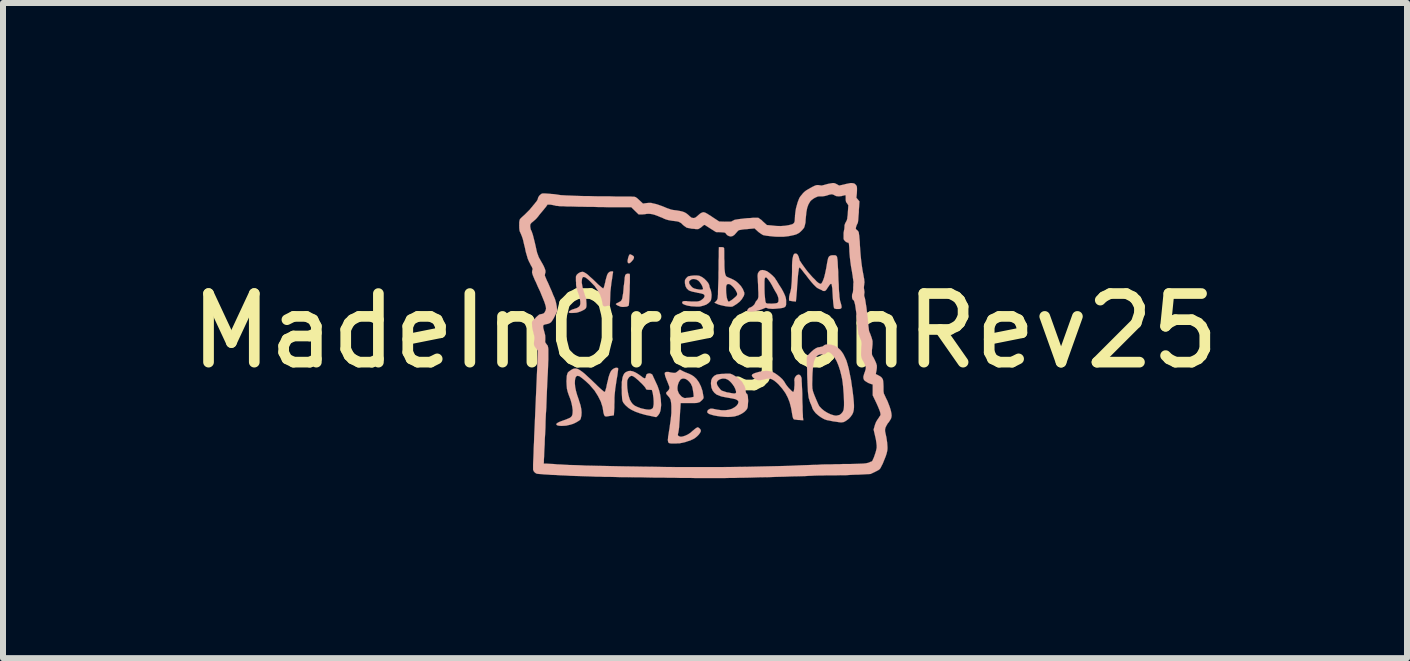
<source format=kicad_pcb>
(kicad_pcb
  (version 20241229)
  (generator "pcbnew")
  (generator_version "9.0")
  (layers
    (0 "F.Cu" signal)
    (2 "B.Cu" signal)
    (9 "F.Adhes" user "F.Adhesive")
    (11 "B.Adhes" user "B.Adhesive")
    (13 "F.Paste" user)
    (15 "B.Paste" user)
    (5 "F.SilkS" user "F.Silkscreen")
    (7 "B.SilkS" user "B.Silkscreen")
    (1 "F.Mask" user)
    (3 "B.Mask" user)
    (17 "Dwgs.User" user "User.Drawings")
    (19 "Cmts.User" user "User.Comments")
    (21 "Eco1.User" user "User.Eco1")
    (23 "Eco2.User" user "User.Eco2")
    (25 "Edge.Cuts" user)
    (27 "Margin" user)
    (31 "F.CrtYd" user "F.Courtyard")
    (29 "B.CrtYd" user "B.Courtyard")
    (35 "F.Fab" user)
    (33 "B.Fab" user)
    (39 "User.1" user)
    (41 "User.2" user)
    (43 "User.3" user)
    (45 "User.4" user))
  (footprint "MadeInOregonRev25"
    (layer "F.Cu")
    (at 8.698 2.465)
    (property "Reference" "MadeInOregonRev25" (at 0 0 0) (layer "F.SilkS") (effects (font (size 1.143 1.143) (thickness 0.178))))
    (attr through_hole)
    (fp_poly (pts (xy -1.29 -1.151) (xy -1.288 -1.143) (xy -1.278 -1.13) (xy -1.262 -1.128) (xy -1.242 -1.14) (xy -1.219 -1.163) (xy -1.194 -1.194) (xy -1.184 -1.219) (xy -1.186 -1.24) (xy -1.201 -1.255) (xy -1.224 -1.267) (xy -1.24 -1.275) (xy -1.25 -1.278) (xy -1.252 -1.278) (xy -1.26 -1.27) (xy -1.27 -1.252) (xy -1.278 -1.229) (xy -1.285 -1.201) (xy -1.29 -1.173) (xy -1.29 -1.151)) (stroke (width 0.003) (type solid)) (fill yes) (layer "B.SilkS"))
    (fp_poly (pts (xy -1.486 -0.447) (xy -1.476 -0.437) (xy -1.455 -0.424) (xy -1.43 -0.414) (xy -1.405 -0.404) (xy -1.382 -0.401) (xy -1.354 -0.401) (xy -1.321 -0.404) (xy -1.313 -0.404) (xy -1.29 -0.411) (xy -1.275 -0.422) (xy -1.27 -0.424) (xy -1.27 -0.434) (xy -1.267 -0.46) (xy -1.265 -0.493) (xy -1.262 -0.536) (xy -1.26 -0.584) (xy -1.257 -0.638) (xy -1.255 -0.693) (xy -1.255 -0.752) (xy -1.252 -0.805) (xy -1.252 -0.856) (xy -1.252 -0.881) (xy -1.252 -0.914) (xy -1.252 -0.935) (xy -1.255 -0.947) (xy -1.26 -0.953) (xy -1.267 -0.955) (xy -1.27 -0.955) (xy -1.298 -0.955) (xy -1.321 -0.942) (xy -1.331 -0.927) (xy -1.333 -0.914) (xy -1.339 -0.889) (xy -1.341 -0.853) (xy -1.346 -0.81) (xy -1.351 -0.765) (xy -1.354 -0.754) (xy -1.359 -0.688) (xy -1.364 -0.632) (xy -1.372 -0.589) (xy -1.377 -0.556) (xy -1.382 -0.533) (xy -1.392 -0.513) (xy -1.402 -0.5) (xy -1.415 -0.49) (xy -1.43 -0.483) (xy -1.448 -0.472) (xy -1.471 -0.462) (xy -1.483 -0.452) (xy -1.486 -0.447)) (stroke (width 0.003) (type solid)) (fill yes) (layer "B.SilkS"))
    (fp_poly (pts (xy 0.78 0.742) (xy 0.787 0.759) (xy 0.8 0.775) (xy 0.836 0.803) (xy 0.874 0.818) (xy 0.919 0.82) (xy 0.97 0.81) (xy 0.983 0.808) (xy 1.029 0.795) (xy 1.072 0.792) (xy 1.11 0.803) (xy 1.151 0.826) (xy 1.194 0.861) (xy 1.224 0.889) (xy 1.288 0.963) (xy 1.339 1.034) (xy 1.379 1.11) (xy 1.41 1.189) (xy 1.433 1.278) (xy 1.445 1.344) (xy 1.453 1.394) (xy 1.46 1.43) (xy 1.468 1.455) (xy 1.476 1.468) (xy 1.483 1.473) (xy 1.494 1.476) (xy 1.516 1.478) (xy 1.547 1.483) (xy 1.565 1.483) (xy 1.638 1.488) (xy 1.633 1.45) (xy 1.631 1.435) (xy 1.631 1.405) (xy 1.628 1.364) (xy 1.626 1.316) (xy 1.626 1.257) (xy 1.623 1.196) (xy 1.621 1.13) (xy 1.621 1.11) (xy 1.621 1.044) (xy 1.618 0.98) (xy 1.615 0.925) (xy 1.613 0.874) (xy 1.61 0.833) (xy 1.61 0.803) (xy 1.608 0.785) (xy 1.608 0.782) (xy 1.595 0.749) (xy 1.577 0.732) (xy 1.557 0.726) (xy 1.537 0.734) (xy 1.521 0.744) (xy 1.501 0.77) (xy 1.491 0.795) (xy 1.488 0.823) (xy 1.491 0.846) (xy 1.491 0.871) (xy 1.491 0.902) (xy 1.488 0.932) (xy 1.486 0.965) (xy 1.481 0.991) (xy 1.476 1.008) (xy 1.471 1.016) (xy 1.458 1.011) (xy 1.44 0.996) (xy 1.42 0.975) (xy 1.394 0.95) (xy 1.374 0.925) (xy 1.354 0.899) (xy 1.341 0.881) (xy 1.341 0.879) (xy 1.318 0.841) (xy 1.288 0.803) (xy 1.247 0.765) (xy 1.201 0.729) (xy 1.156 0.699) (xy 1.113 0.678) (xy 1.105 0.676) (xy 1.064 0.668) (xy 1.016 0.665) (xy 0.96 0.671) (xy 0.902 0.681) (xy 0.879 0.688) (xy 0.833 0.701) (xy 0.803 0.714) (xy 0.785 0.726) (xy 0.78 0.742)) (stroke (width 0.003) (type solid)) (fill yes) (layer "B.SilkS"))
    (fp_poly (pts (xy 0.157 -0.472) (xy 0.198 -0.452) (xy 0.229 -0.439) (xy 0.267 -0.429) (xy 0.31 -0.419) (xy 0.351 -0.411) (xy 0.351 -0.714) (xy 0.353 -0.744) (xy 0.353 -0.749) (xy 0.363 -0.772) (xy 0.378 -0.782) (xy 0.401 -0.782) (xy 0.424 -0.772) (xy 0.452 -0.749) (xy 0.48 -0.721) (xy 0.508 -0.683) (xy 0.518 -0.663) (xy 0.533 -0.635) (xy 0.536 -0.612) (xy 0.531 -0.594) (xy 0.521 -0.582) (xy 0.505 -0.566) (xy 0.485 -0.549) (xy 0.46 -0.528) (xy 0.437 -0.511) (xy 0.414 -0.498) (xy 0.399 -0.488) (xy 0.394 -0.488) (xy 0.386 -0.495) (xy 0.376 -0.513) (xy 0.371 -0.528) (xy 0.363 -0.554) (xy 0.358 -0.589) (xy 0.353 -0.632) (xy 0.351 -0.676) (xy 0.351 -0.714) (xy 0.351 -0.411) (xy 0.353 -0.411) (xy 0.394 -0.406) (xy 0.429 -0.404) (xy 0.455 -0.406) (xy 0.462 -0.409) (xy 0.475 -0.417) (xy 0.495 -0.429) (xy 0.521 -0.445) (xy 0.531 -0.452) (xy 0.577 -0.488) (xy 0.612 -0.528) (xy 0.64 -0.574) (xy 0.645 -0.582) (xy 0.653 -0.605) (xy 0.655 -0.622) (xy 0.653 -0.645) (xy 0.65 -0.65) (xy 0.63 -0.699) (xy 0.599 -0.747) (xy 0.559 -0.79) (xy 0.516 -0.828) (xy 0.475 -0.853) (xy 0.427 -0.876) (xy 0.414 -0.881) (xy 0.386 -0.892) (xy 0.363 -0.904) (xy 0.351 -0.914) (xy 0.343 -0.93) (xy 0.335 -0.953) (xy 0.33 -0.988) (xy 0.325 -1.034) (xy 0.323 -1.09) (xy 0.323 -1.161) (xy 0.32 -1.209) (xy 0.32 -1.257) (xy 0.32 -1.3) (xy 0.32 -1.336) (xy 0.318 -1.364) (xy 0.318 -1.379) (xy 0.312 -1.389) (xy 0.302 -1.394) (xy 0.284 -1.397) (xy 0.272 -1.397) (xy 0.249 -1.397) (xy 0.234 -1.397) (xy 0.231 -1.394) (xy 0.231 -1.387) (xy 0.231 -1.367) (xy 0.229 -1.333) (xy 0.229 -1.288) (xy 0.229 -1.234) (xy 0.226 -1.173) (xy 0.226 -1.105) (xy 0.226 -1.029) (xy 0.224 -0.978) (xy 0.224 -0.884) (xy 0.221 -0.798) (xy 0.218 -0.724) (xy 0.216 -0.66) (xy 0.216 -0.61) (xy 0.213 -0.572) (xy 0.211 -0.546) (xy 0.208 -0.536) (xy 0.198 -0.513) (xy 0.18 -0.493) (xy 0.178 -0.49) (xy 0.157 -0.472)) (stroke (width 0.003) (type solid)) (fill yes) (layer "B.SilkS"))
    (fp_poly (pts (xy -0.381 -0.47) (xy -0.373 -0.455) (xy -0.351 -0.442) (xy -0.315 -0.429) (xy -0.29 -0.422) (xy -0.259 -0.417) (xy -0.221 -0.411) (xy -0.178 -0.409) (xy -0.137 -0.406) (xy -0.102 -0.406) (xy -0.079 -0.409) (xy -0.028 -0.422) (xy 0.02 -0.439) (xy 0.058 -0.465) (xy 0.086 -0.493) (xy 0.094 -0.503) (xy 0.102 -0.528) (xy 0.107 -0.561) (xy 0.109 -0.602) (xy 0.104 -0.64) (xy 0.097 -0.676) (xy 0.091 -0.691) (xy 0.081 -0.714) (xy 0.076 -0.734) (xy 0.074 -0.737) (xy 0.069 -0.767) (xy 0.051 -0.803) (xy 0.023 -0.836) (xy -0.01 -0.869) (xy -0.048 -0.897) (xy -0.089 -0.917) (xy -0.094 -0.919) (xy -0.112 -0.922) (xy -0.142 -0.925) (xy -0.175 -0.925) (xy -0.213 -0.922) (xy -0.246 -0.917) (xy -0.272 -0.912) (xy -0.277 -0.912) (xy -0.295 -0.899) (xy -0.312 -0.881) (xy -0.318 -0.874) (xy -0.33 -0.856) (xy -0.335 -0.841) (xy -0.335 -0.82) (xy -0.335 -0.795) (xy -0.325 -0.747) (xy -0.305 -0.709) (xy -0.272 -0.678) (xy -0.267 -0.676) (xy -0.267 -0.818) (xy -0.262 -0.831) (xy -0.246 -0.846) (xy -0.218 -0.864) (xy -0.183 -0.866) (xy -0.147 -0.859) (xy -0.114 -0.841) (xy -0.091 -0.818) (xy -0.074 -0.795) (xy -0.056 -0.767) (xy -0.043 -0.739) (xy -0.036 -0.716) (xy -0.033 -0.701) (xy -0.033 -0.699) (xy -0.043 -0.691) (xy -0.069 -0.688) (xy -0.104 -0.691) (xy -0.145 -0.699) (xy -0.175 -0.706) (xy -0.196 -0.716) (xy -0.216 -0.729) (xy -0.229 -0.744) (xy -0.246 -0.765) (xy -0.262 -0.787) (xy -0.264 -0.8) (xy -0.267 -0.818) (xy -0.267 -0.676) (xy -0.262 -0.673) (xy -0.241 -0.665) (xy -0.211 -0.655) (xy -0.175 -0.648) (xy -0.135 -0.64) (xy -0.135 -0.638) (xy -0.097 -0.632) (xy -0.064 -0.625) (xy -0.038 -0.617) (xy -0.025 -0.612) (xy -0.023 -0.612) (xy -0.01 -0.597) (xy -0.008 -0.577) (xy -0.018 -0.554) (xy -0.041 -0.531) (xy -0.071 -0.508) (xy -0.079 -0.505) (xy -0.097 -0.498) (xy -0.117 -0.493) (xy -0.142 -0.49) (xy -0.178 -0.49) (xy -0.18 -0.49) (xy -0.218 -0.49) (xy -0.262 -0.493) (xy -0.297 -0.495) (xy -0.305 -0.498) (xy -0.34 -0.498) (xy -0.363 -0.495) (xy -0.376 -0.488) (xy -0.381 -0.472) (xy -0.381 -0.47)) (stroke (width 0.003) (type solid)) (fill yes) (layer "B.SilkS"))
    (fp_poly (pts (xy -2.271 -0.315) (xy -2.266 -0.307) (xy -2.261 -0.302) (xy -2.24 -0.3) (xy -2.212 -0.3) (xy -2.177 -0.302) (xy -2.141 -0.305) (xy -2.121 -0.31) (xy -2.08 -0.323) (xy -2.042 -0.34) (xy -2.009 -0.358) (xy -1.991 -0.373) (xy -1.984 -0.384) (xy -1.979 -0.396) (xy -1.976 -0.417) (xy -1.976 -0.447) (xy -1.976 -0.457) (xy -1.979 -0.498) (xy -1.981 -0.528) (xy -1.989 -0.559) (xy -1.999 -0.582) (xy -2.019 -0.648) (xy -2.037 -0.709) (xy -2.047 -0.762) (xy -2.055 -0.81) (xy -2.052 -0.851) (xy -2.047 -0.879) (xy -2.035 -0.897) (xy -2.029 -0.899) (xy -2.014 -0.899) (xy -1.994 -0.892) (xy -1.968 -0.874) (xy -1.935 -0.846) (xy -1.908 -0.82) (xy -1.839 -0.749) (xy -1.788 -0.676) (xy -1.748 -0.605) (xy -1.722 -0.528) (xy -1.714 -0.488) (xy -1.707 -0.452) (xy -1.702 -0.429) (xy -1.692 -0.417) (xy -1.676 -0.411) (xy -1.651 -0.414) (xy -1.626 -0.419) (xy -1.585 -0.427) (xy -1.582 -0.508) (xy -1.577 -0.65) (xy -1.56 -0.803) (xy -1.549 -0.869) (xy -1.544 -0.907) (xy -1.539 -0.942) (xy -1.534 -0.968) (xy -1.532 -0.983) (xy -1.532 -0.986) (xy -1.537 -0.993) (xy -1.552 -0.993) (xy -1.575 -0.991) (xy -1.593 -0.983) (xy -1.605 -0.973) (xy -1.615 -0.963) (xy -1.626 -0.945) (xy -1.636 -0.919) (xy -1.646 -0.884) (xy -1.659 -0.836) (xy -1.661 -0.82) (xy -1.671 -0.782) (xy -1.679 -0.749) (xy -1.687 -0.724) (xy -1.694 -0.711) (xy -1.694 -0.709) (xy -1.702 -0.711) (xy -1.72 -0.724) (xy -1.75 -0.749) (xy -1.788 -0.782) (xy -1.816 -0.81) (xy -1.872 -0.864) (xy -1.918 -0.904) (xy -1.953 -0.937) (xy -1.984 -0.96) (xy -2.009 -0.975) (xy -2.027 -0.983) (xy -2.042 -0.986) (xy -2.075 -0.98) (xy -2.108 -0.963) (xy -2.134 -0.94) (xy -2.141 -0.93) (xy -2.146 -0.919) (xy -2.151 -0.907) (xy -2.151 -0.889) (xy -2.151 -0.864) (xy -2.151 -0.826) (xy -2.149 -0.818) (xy -2.149 -0.777) (xy -2.146 -0.747) (xy -2.141 -0.721) (xy -2.136 -0.699) (xy -2.126 -0.673) (xy -2.121 -0.653) (xy -2.098 -0.594) (xy -2.085 -0.538) (xy -2.078 -0.49) (xy -2.078 -0.45) (xy -2.085 -0.424) (xy -2.101 -0.404) (xy -2.131 -0.384) (xy -2.177 -0.368) (xy -2.215 -0.356) (xy -2.245 -0.34) (xy -2.263 -0.328) (xy -2.271 -0.315)) (stroke (width 0.003) (type solid)) (fill yes) (layer "B.SilkS"))
    (fp_poly (pts (xy -1.389 0.94) (xy -1.387 0.991) (xy -1.387 1.039) (xy -1.384 1.085) (xy -1.382 1.125) (xy -1.377 1.156) (xy -1.374 1.168) (xy -1.361 1.196) (xy -1.331 1.232) (xy -1.318 1.245) (xy -1.298 1.262) (xy -1.298 0.902) (xy -1.298 0.856) (xy -1.295 0.82) (xy -1.293 0.818) (xy -1.28 0.79) (xy -1.262 0.767) (xy -1.24 0.752) (xy -1.222 0.747) (xy -1.206 0.752) (xy -1.186 0.762) (xy -1.161 0.78) (xy -1.138 0.8) (xy -1.11 0.823) (xy -1.082 0.851) (xy -1.052 0.879) (xy -1.026 0.907) (xy -1.006 0.93) (xy -0.991 0.95) (xy -0.986 0.96) (xy -0.983 0.97) (xy -0.968 0.978) (xy -0.942 0.98) (xy -0.925 0.98) (xy -0.886 0.983) (xy -0.876 1.016) (xy -0.871 1.036) (xy -0.866 1.069) (xy -0.861 1.105) (xy -0.859 1.123) (xy -0.856 1.173) (xy -0.856 1.219) (xy -0.861 1.255) (xy -0.869 1.283) (xy -0.879 1.293) (xy -0.902 1.306) (xy -0.932 1.311) (xy -0.975 1.308) (xy -1.026 1.298) (xy -1.069 1.288) (xy -1.125 1.267) (xy -1.168 1.247) (xy -1.204 1.219) (xy -1.229 1.186) (xy -1.252 1.146) (xy -1.265 1.107) (xy -1.278 1.059) (xy -1.288 1.006) (xy -1.295 0.953) (xy -1.298 0.902) (xy -1.298 1.262) (xy -1.275 1.283) (xy -1.222 1.316) (xy -1.158 1.346) (xy -1.085 1.372) (xy -0.998 1.397) (xy -0.927 1.412) (xy -0.889 1.42) (xy -0.856 1.427) (xy -0.831 1.433) (xy -0.815 1.435) (xy -0.813 1.435) (xy -0.803 1.427) (xy -0.79 1.415) (xy -0.777 1.4) (xy -0.757 1.369) (xy -0.744 1.333) (xy -0.737 1.293) (xy -0.732 1.242) (xy -0.732 1.222) (xy -0.737 1.14) (xy -0.747 1.064) (xy -0.765 0.991) (xy -0.792 0.914) (xy -0.826 0.841) (xy -0.841 0.808) (xy -0.856 0.777) (xy -0.866 0.754) (xy -0.871 0.742) (xy -0.881 0.724) (xy -0.904 0.711) (xy -0.93 0.706) (xy -0.953 0.711) (xy -0.973 0.721) (xy -0.98 0.737) (xy -0.986 0.757) (xy -0.986 0.759) (xy -0.991 0.78) (xy -1.003 0.79) (xy -1.019 0.785) (xy -1.044 0.77) (xy -1.046 0.767) (xy -1.105 0.724) (xy -1.156 0.693) (xy -1.201 0.673) (xy -1.242 0.665) (xy -1.278 0.668) (xy -1.313 0.683) (xy -1.323 0.688) (xy -1.346 0.709) (xy -1.361 0.737) (xy -1.374 0.772) (xy -1.382 0.82) (xy -1.387 0.853) (xy -1.387 0.894) (xy -1.389 0.94)) (stroke (width 0.003) (type solid)) (fill yes) (layer "B.SilkS"))
    (fp_poly (pts (xy 0.699 -0.335) (xy 0.699 -0.328) (xy 0.709 -0.323) (xy 0.732 -0.323) (xy 0.762 -0.323) (xy 0.8 -0.325) (xy 0.841 -0.333) (xy 0.851 -0.333) (xy 0.894 -0.343) (xy 0.937 -0.358) (xy 0.963 -0.368) (xy 0.988 -0.378) (xy 0.991 -0.381) (xy 0.991 -0.777) (xy 0.991 -0.815) (xy 0.991 -0.843) (xy 0.993 -0.861) (xy 0.996 -0.874) (xy 0.998 -0.881) (xy 1.003 -0.886) (xy 1.011 -0.894) (xy 1.019 -0.894) (xy 1.029 -0.884) (xy 1.044 -0.869) (xy 1.064 -0.843) (xy 1.085 -0.813) (xy 1.102 -0.785) (xy 1.118 -0.757) (xy 1.138 -0.719) (xy 1.158 -0.683) (xy 1.168 -0.665) (xy 1.194 -0.622) (xy 1.209 -0.589) (xy 1.219 -0.561) (xy 1.224 -0.536) (xy 1.224 -0.511) (xy 1.224 -0.508) (xy 1.222 -0.488) (xy 1.214 -0.475) (xy 1.199 -0.465) (xy 1.176 -0.46) (xy 1.143 -0.457) (xy 1.105 -0.455) (xy 1.067 -0.457) (xy 1.039 -0.457) (xy 1.024 -0.462) (xy 1.016 -0.467) (xy 1.008 -0.485) (xy 1.003 -0.516) (xy 0.998 -0.564) (xy 0.993 -0.625) (xy 0.991 -0.701) (xy 0.991 -0.726) (xy 0.991 -0.777) (xy 0.991 -0.381) (xy 1.006 -0.386) (xy 1.019 -0.386) (xy 1.029 -0.384) (xy 1.057 -0.373) (xy 1.087 -0.371) (xy 1.128 -0.368) (xy 1.176 -0.371) (xy 1.199 -0.373) (xy 1.252 -0.378) (xy 1.29 -0.384) (xy 1.316 -0.391) (xy 1.336 -0.404) (xy 1.346 -0.419) (xy 1.351 -0.439) (xy 1.351 -0.47) (xy 1.351 -0.48) (xy 1.351 -0.516) (xy 1.346 -0.549) (xy 1.336 -0.582) (xy 1.321 -0.617) (xy 1.3 -0.66) (xy 1.273 -0.709) (xy 1.25 -0.744) (xy 1.229 -0.777) (xy 1.209 -0.81) (xy 1.191 -0.841) (xy 1.186 -0.846) (xy 1.161 -0.886) (xy 1.123 -0.925) (xy 1.082 -0.96) (xy 1.044 -0.988) (xy 1.031 -0.996) (xy 0.988 -1.011) (xy 0.953 -1.016) (xy 0.919 -1.008) (xy 0.897 -0.988) (xy 0.881 -0.96) (xy 0.879 -0.947) (xy 0.876 -0.93) (xy 0.876 -0.902) (xy 0.879 -0.864) (xy 0.881 -0.818) (xy 0.884 -0.767) (xy 0.884 -0.752) (xy 0.886 -0.688) (xy 0.889 -0.638) (xy 0.889 -0.599) (xy 0.889 -0.569) (xy 0.884 -0.546) (xy 0.879 -0.531) (xy 0.871 -0.521) (xy 0.864 -0.511) (xy 0.848 -0.493) (xy 0.836 -0.47) (xy 0.826 -0.447) (xy 0.805 -0.424) (xy 0.78 -0.404) (xy 0.754 -0.391) (xy 0.744 -0.389) (xy 0.732 -0.381) (xy 0.716 -0.366) (xy 0.706 -0.348) (xy 0.699 -0.335)) (stroke (width 0.003) (type solid)) (fill yes) (layer "B.SilkS"))
    (fp_poly (pts (xy 0.038 1.341) (xy 0.038 1.356) (xy 0.046 1.367) (xy 0.064 1.379) (xy 0.066 1.382) (xy 0.102 1.394) (xy 0.147 1.407) (xy 0.201 1.417) (xy 0.259 1.425) (xy 0.32 1.43) (xy 0.381 1.433) (xy 0.437 1.43) (xy 0.483 1.425) (xy 0.498 1.422) (xy 0.556 1.405) (xy 0.61 1.379) (xy 0.655 1.349) (xy 0.688 1.316) (xy 0.704 1.29) (xy 0.711 1.267) (xy 0.714 1.234) (xy 0.716 1.201) (xy 0.719 1.163) (xy 0.716 1.125) (xy 0.714 1.092) (xy 0.709 1.067) (xy 0.701 1.049) (xy 0.693 1.046) (xy 0.688 1.039) (xy 0.681 1.024) (xy 0.676 1.001) (xy 0.673 0.98) (xy 0.673 0.97) (xy 0.668 0.95) (xy 0.658 0.919) (xy 0.64 0.889) (xy 0.622 0.856) (xy 0.602 0.831) (xy 0.599 0.831) (xy 0.577 0.808) (xy 0.546 0.782) (xy 0.508 0.757) (xy 0.472 0.734) (xy 0.439 0.719) (xy 0.427 0.714) (xy 0.406 0.711) (xy 0.378 0.711) (xy 0.343 0.711) (xy 0.32 0.714) (xy 0.267 0.716) (xy 0.226 0.721) (xy 0.196 0.726) (xy 0.173 0.737) (xy 0.155 0.747) (xy 0.147 0.754) (xy 0.119 0.785) (xy 0.104 0.82) (xy 0.099 0.864) (xy 0.099 0.884) (xy 0.107 0.945) (xy 0.127 0.993) (xy 0.157 1.031) (xy 0.196 1.062) (xy 0.196 0.856) (xy 0.208 0.833) (xy 0.231 0.813) (xy 0.262 0.8) (xy 0.297 0.792) (xy 0.338 0.795) (xy 0.353 0.8) (xy 0.386 0.815) (xy 0.419 0.843) (xy 0.452 0.879) (xy 0.483 0.922) (xy 0.505 0.968) (xy 0.508 0.978) (xy 0.516 1.003) (xy 0.518 1.021) (xy 0.513 1.034) (xy 0.5 1.041) (xy 0.475 1.041) (xy 0.439 1.036) (xy 0.391 1.026) (xy 0.368 1.024) (xy 0.335 1.013) (xy 0.305 1.003) (xy 0.282 0.996) (xy 0.274 0.991) (xy 0.254 0.973) (xy 0.234 0.947) (xy 0.213 0.919) (xy 0.201 0.894) (xy 0.198 0.884) (xy 0.196 0.856) (xy 0.196 1.062) (xy 0.198 1.062) (xy 0.229 1.074) (xy 0.249 1.082) (xy 0.269 1.09) (xy 0.29 1.095) (xy 0.318 1.1) (xy 0.353 1.107) (xy 0.399 1.115) (xy 0.417 1.118) (xy 0.47 1.128) (xy 0.511 1.138) (xy 0.538 1.153) (xy 0.554 1.168) (xy 0.556 1.189) (xy 0.549 1.212) (xy 0.549 1.214) (xy 0.526 1.245) (xy 0.49 1.273) (xy 0.445 1.298) (xy 0.396 1.313) (xy 0.34 1.321) (xy 0.277 1.321) (xy 0.203 1.311) (xy 0.188 1.308) (xy 0.15 1.3) (xy 0.124 1.295) (xy 0.107 1.295) (xy 0.094 1.295) (xy 0.081 1.298) (xy 0.069 1.306) (xy 0.051 1.316) (xy 0.041 1.331) (xy 0.038 1.341)) (stroke (width 0.003) (type solid)) (fill yes) (layer "B.SilkS"))
    (fp_poly (pts (xy -2.479 1.554) (xy -2.471 1.565) (xy -2.471 1.567) (xy -2.454 1.575) (xy -2.426 1.58) (xy -2.39 1.582) (xy -2.349 1.58) (xy -2.309 1.577) (xy -2.291 1.572) (xy -2.245 1.562) (xy -2.197 1.547) (xy -2.154 1.527) (xy -2.118 1.506) (xy -2.095 1.491) (xy -2.08 1.478) (xy -2.073 1.466) (xy -2.068 1.445) (xy -2.062 1.42) (xy -2.06 1.412) (xy -2.057 1.356) (xy -2.062 1.3) (xy -2.075 1.237) (xy -2.098 1.166) (xy -2.103 1.148) (xy -2.131 1.067) (xy -2.151 0.996) (xy -2.164 0.932) (xy -2.169 0.874) (xy -2.169 0.866) (xy -2.167 0.818) (xy -2.159 0.78) (xy -2.146 0.757) (xy -2.126 0.747) (xy -2.101 0.752) (xy -2.095 0.752) (xy -2.078 0.765) (xy -2.05 0.785) (xy -2.019 0.81) (xy -1.986 0.838) (xy -1.953 0.869) (xy -1.923 0.897) (xy -1.915 0.907) (xy -1.841 0.993) (xy -1.783 1.085) (xy -1.737 1.176) (xy -1.707 1.27) (xy -1.697 1.333) (xy -1.692 1.364) (xy -1.684 1.392) (xy -1.676 1.41) (xy -1.669 1.42) (xy -1.661 1.422) (xy -1.646 1.425) (xy -1.623 1.422) (xy -1.593 1.417) (xy -1.557 1.412) (xy -1.519 1.405) (xy -1.514 1.323) (xy -1.511 1.28) (xy -1.511 1.229) (xy -1.509 1.181) (xy -1.509 1.161) (xy -1.509 1.113) (xy -1.506 1.064) (xy -1.501 1.016) (xy -1.496 0.963) (xy -1.486 0.899) (xy -1.476 0.828) (xy -1.468 0.782) (xy -1.46 0.737) (xy -1.455 0.696) (xy -1.45 0.66) (xy -1.448 0.638) (xy -1.448 0.625) (xy -1.448 0.622) (xy -1.458 0.615) (xy -1.476 0.612) (xy -1.501 0.617) (xy -1.527 0.63) (xy -1.547 0.645) (xy -1.565 0.665) (xy -1.58 0.693) (xy -1.595 0.732) (xy -1.61 0.78) (xy -1.623 0.843) (xy -1.626 0.848) (xy -1.638 0.902) (xy -1.646 0.945) (xy -1.656 0.975) (xy -1.661 0.996) (xy -1.666 1.008) (xy -1.671 1.013) (xy -1.676 1.016) (xy -1.684 1.011) (xy -1.702 0.996) (xy -1.727 0.975) (xy -1.758 0.947) (xy -1.793 0.914) (xy -1.831 0.876) (xy -1.834 0.874) (xy -1.9 0.81) (xy -1.956 0.759) (xy -2.002 0.716) (xy -2.042 0.683) (xy -2.078 0.658) (xy -2.106 0.64) (xy -2.131 0.63) (xy -2.154 0.625) (xy -2.177 0.627) (xy -2.2 0.632) (xy -2.223 0.645) (xy -2.243 0.658) (xy -2.268 0.676) (xy -2.286 0.693) (xy -2.296 0.719) (xy -2.304 0.749) (xy -2.306 0.79) (xy -2.309 0.836) (xy -2.306 0.904) (xy -2.301 0.963) (xy -2.289 1.013) (xy -2.271 1.067) (xy -2.263 1.087) (xy -2.24 1.148) (xy -2.223 1.209) (xy -2.212 1.267) (xy -2.205 1.321) (xy -2.207 1.369) (xy -2.212 1.4) (xy -2.22 1.417) (xy -2.233 1.433) (xy -2.253 1.448) (xy -2.281 1.46) (xy -2.319 1.476) (xy -2.362 1.491) (xy -2.398 1.504) (xy -2.428 1.516) (xy -2.454 1.529) (xy -2.464 1.537) (xy -2.477 1.547) (xy -2.479 1.554)) (stroke (width 0.003) (type solid)) (fill yes) (layer "B.SilkS"))
    (fp_poly (pts (xy 1.4 -0.521) (xy 1.402 -0.508) (xy 1.402 -0.505) (xy 1.412 -0.503) (xy 1.435 -0.5) (xy 1.46 -0.495) (xy 1.463 -0.495) (xy 1.514 -0.49) (xy 1.519 -0.538) (xy 1.521 -0.559) (xy 1.524 -0.592) (xy 1.527 -0.635) (xy 1.532 -0.683) (xy 1.534 -0.739) (xy 1.539 -0.795) (xy 1.544 -0.866) (xy 1.549 -0.925) (xy 1.554 -0.97) (xy 1.56 -1.006) (xy 1.562 -1.031) (xy 1.567 -1.046) (xy 1.572 -1.054) (xy 1.577 -1.057) (xy 1.58 -1.057) (xy 1.587 -1.049) (xy 1.6 -1.034) (xy 1.621 -1.008) (xy 1.646 -0.975) (xy 1.674 -0.94) (xy 1.679 -0.935) (xy 1.727 -0.871) (xy 1.77 -0.818) (xy 1.806 -0.777) (xy 1.839 -0.744) (xy 1.864 -0.721) (xy 1.89 -0.706) (xy 1.905 -0.699) (xy 1.928 -0.688) (xy 1.946 -0.681) (xy 1.951 -0.676) (xy 1.966 -0.668) (xy 1.986 -0.665) (xy 2.007 -0.673) (xy 2.014 -0.678) (xy 2.024 -0.691) (xy 2.037 -0.711) (xy 2.055 -0.737) (xy 2.075 -0.767) (xy 2.09 -0.782) (xy 2.098 -0.785) (xy 2.103 -0.785) (xy 2.108 -0.78) (xy 2.111 -0.772) (xy 2.113 -0.759) (xy 2.116 -0.739) (xy 2.121 -0.709) (xy 2.123 -0.668) (xy 2.126 -0.617) (xy 2.129 -0.564) (xy 2.134 -0.498) (xy 2.139 -0.447) (xy 2.144 -0.409) (xy 2.149 -0.386) (xy 2.154 -0.376) (xy 2.167 -0.371) (xy 2.189 -0.366) (xy 2.215 -0.366) (xy 2.238 -0.366) (xy 2.258 -0.371) (xy 2.271 -0.381) (xy 2.276 -0.396) (xy 2.273 -0.422) (xy 2.266 -0.45) (xy 2.258 -0.478) (xy 2.25 -0.505) (xy 2.245 -0.536) (xy 2.24 -0.569) (xy 2.238 -0.61) (xy 2.233 -0.655) (xy 2.23 -0.709) (xy 2.228 -0.775) (xy 2.223 -0.851) (xy 2.22 -0.94) (xy 2.22 -0.983) (xy 2.215 -1.054) (xy 2.212 -1.11) (xy 2.21 -1.156) (xy 2.207 -1.189) (xy 2.202 -1.217) (xy 2.2 -1.234) (xy 2.192 -1.247) (xy 2.184 -1.255) (xy 2.169 -1.262) (xy 2.144 -1.262) (xy 2.118 -1.262) (xy 2.093 -1.257) (xy 2.09 -1.255) (xy 2.073 -1.247) (xy 2.06 -1.232) (xy 2.05 -1.209) (xy 2.042 -1.173) (xy 2.035 -1.138) (xy 2.019 -1.044) (xy 2.002 -0.963) (xy 1.986 -0.897) (xy 1.968 -0.846) (xy 1.951 -0.81) (xy 1.943 -0.798) (xy 1.933 -0.787) (xy 1.92 -0.787) (xy 1.905 -0.792) (xy 1.887 -0.803) (xy 1.859 -0.826) (xy 1.829 -0.859) (xy 1.793 -0.894) (xy 1.755 -0.937) (xy 1.717 -0.98) (xy 1.681 -1.026) (xy 1.648 -1.072) (xy 1.618 -1.113) (xy 1.595 -1.148) (xy 1.577 -1.176) (xy 1.572 -1.194) (xy 1.56 -1.237) (xy 1.544 -1.27) (xy 1.524 -1.288) (xy 1.504 -1.29) (xy 1.496 -1.29) (xy 1.483 -1.28) (xy 1.473 -1.265) (xy 1.466 -1.24) (xy 1.458 -1.204) (xy 1.453 -1.158) (xy 1.45 -1.1) (xy 1.45 -1.029) (xy 1.45 -0.986) (xy 1.448 -0.899) (xy 1.445 -0.828) (xy 1.44 -0.767) (xy 1.435 -0.714) (xy 1.427 -0.671) (xy 1.42 -0.643) (xy 1.41 -0.61) (xy 1.402 -0.574) (xy 1.4 -0.544) (xy 1.4 -0.521)) (stroke (width 0.003) (type solid)) (fill yes) (layer "B.SilkS"))
    (fp_poly (pts (xy 1.697 0.46) (xy 1.697 0.498) (xy 1.697 0.544) (xy 1.699 0.599) (xy 1.702 0.658) (xy 1.702 0.721) (xy 1.704 0.785) (xy 1.707 0.848) (xy 1.709 0.907) (xy 1.712 0.96) (xy 1.714 1.003) (xy 1.717 1.039) (xy 1.72 1.057) (xy 1.727 1.113) (xy 1.742 1.163) (xy 1.753 1.196) (xy 1.768 1.229) (xy 1.781 1.262) (xy 1.786 1.278) (xy 1.786 0.904) (xy 1.786 0.866) (xy 1.788 0.818) (xy 1.788 0.78) (xy 1.791 0.704) (xy 1.796 0.638) (xy 1.801 0.584) (xy 1.808 0.541) (xy 1.816 0.503) (xy 1.829 0.472) (xy 1.836 0.457) (xy 1.857 0.424) (xy 1.88 0.404) (xy 1.913 0.391) (xy 1.953 0.389) (xy 1.981 0.389) (xy 1.999 0.384) (xy 2.012 0.376) (xy 2.017 0.371) (xy 2.037 0.353) (xy 2.06 0.351) (xy 2.083 0.361) (xy 2.111 0.384) (xy 2.118 0.391) (xy 2.156 0.439) (xy 2.192 0.5) (xy 2.223 0.574) (xy 2.25 0.655) (xy 2.273 0.747) (xy 2.286 0.808) (xy 2.294 0.866) (xy 2.301 0.93) (xy 2.306 0.996) (xy 2.311 1.062) (xy 2.314 1.125) (xy 2.316 1.184) (xy 2.316 1.237) (xy 2.314 1.28) (xy 2.309 1.311) (xy 2.309 1.316) (xy 2.294 1.349) (xy 2.268 1.379) (xy 2.24 1.4) (xy 2.228 1.402) (xy 2.207 1.407) (xy 2.192 1.41) (xy 2.174 1.41) (xy 2.151 1.407) (xy 2.144 1.405) (xy 2.093 1.389) (xy 2.04 1.364) (xy 1.989 1.333) (xy 1.946 1.298) (xy 1.91 1.26) (xy 1.902 1.25) (xy 1.89 1.227) (xy 1.875 1.194) (xy 1.857 1.153) (xy 1.839 1.11) (xy 1.821 1.067) (xy 1.806 1.026) (xy 1.796 0.996) (xy 1.796 0.993) (xy 1.793 0.975) (xy 1.788 0.955) (xy 1.788 0.932) (xy 1.786 0.904) (xy 1.786 1.278) (xy 1.791 1.293) (xy 1.793 1.298) (xy 1.814 1.331) (xy 1.844 1.369) (xy 1.885 1.405) (xy 1.933 1.44) (xy 1.948 1.448) (xy 1.968 1.46) (xy 1.989 1.471) (xy 2.009 1.478) (xy 2.032 1.486) (xy 2.062 1.491) (xy 2.101 1.499) (xy 2.151 1.509) (xy 2.159 1.509) (xy 2.207 1.516) (xy 2.24 1.521) (xy 2.268 1.524) (xy 2.289 1.521) (xy 2.306 1.519) (xy 2.324 1.511) (xy 2.329 1.509) (xy 2.362 1.488) (xy 2.398 1.46) (xy 2.428 1.427) (xy 2.451 1.394) (xy 2.454 1.389) (xy 2.466 1.364) (xy 2.474 1.336) (xy 2.479 1.308) (xy 2.482 1.273) (xy 2.482 1.232) (xy 2.479 1.184) (xy 2.474 1.125) (xy 2.466 1.057) (xy 2.456 0.975) (xy 2.449 0.93) (xy 2.433 0.818) (xy 2.413 0.719) (xy 2.395 0.63) (xy 2.375 0.556) (xy 2.355 0.49) (xy 2.329 0.434) (xy 2.304 0.384) (xy 2.276 0.343) (xy 2.25 0.312) (xy 2.205 0.272) (xy 2.154 0.244) (xy 2.098 0.229) (xy 2.045 0.224) (xy 2.017 0.226) (xy 1.999 0.231) (xy 1.981 0.241) (xy 1.981 0.244) (xy 1.956 0.259) (xy 1.92 0.267) (xy 1.913 0.269) (xy 1.877 0.274) (xy 1.844 0.29) (xy 1.811 0.312) (xy 1.773 0.345) (xy 1.75 0.368) (xy 1.725 0.394) (xy 1.709 0.411) (xy 1.702 0.427) (xy 1.697 0.439) (xy 1.697 0.455) (xy 1.697 0.46)) (stroke (width 0.003) (type solid)) (fill yes) (layer "B.SilkS"))
    (fp_poly (pts (xy -0.671 0.704) (xy -0.671 0.721) (xy -0.668 0.726) (xy -0.665 0.747) (xy -0.655 0.775) (xy -0.643 0.808) (xy -0.632 0.833) (xy -0.615 0.876) (xy -0.602 0.909) (xy -0.594 0.932) (xy -0.592 0.95) (xy -0.597 0.965) (xy -0.602 0.978) (xy -0.617 0.996) (xy -0.632 1.011) (xy -0.645 1.024) (xy -0.648 1.036) (xy -0.643 1.052) (xy -0.625 1.072) (xy -0.622 1.077) (xy -0.599 1.102) (xy -0.584 1.125) (xy -0.574 1.146) (xy -0.569 1.173) (xy -0.564 1.206) (xy -0.561 1.25) (xy -0.561 1.262) (xy -0.561 1.316) (xy -0.561 1.367) (xy -0.566 1.42) (xy -0.572 1.478) (xy -0.582 1.547) (xy -0.592 1.623) (xy -0.599 1.661) (xy -0.607 1.717) (xy -0.615 1.76) (xy -0.617 1.793) (xy -0.62 1.816) (xy -0.617 1.834) (xy -0.615 1.847) (xy -0.61 1.857) (xy -0.61 1.859) (xy -0.602 1.867) (xy -0.594 1.869) (xy -0.582 1.872) (xy -0.561 1.875) (xy -0.531 1.875) (xy -0.513 1.875) (xy -0.478 1.875) (xy -0.46 1.872) (xy -0.46 0.942) (xy -0.452 0.897) (xy -0.437 0.853) (xy -0.414 0.818) (xy -0.409 0.81) (xy -0.384 0.795) (xy -0.353 0.792) (xy -0.323 0.8) (xy -0.292 0.818) (xy -0.262 0.846) (xy -0.236 0.879) (xy -0.218 0.919) (xy -0.213 0.93) (xy -0.208 0.953) (xy -0.203 0.98) (xy -0.198 1.011) (xy -0.193 1.041) (xy -0.191 1.069) (xy -0.188 1.087) (xy -0.191 1.097) (xy -0.201 1.1) (xy -0.221 1.105) (xy -0.249 1.11) (xy -0.279 1.113) (xy -0.307 1.115) (xy -0.33 1.118) (xy -0.34 1.118) (xy -0.363 1.11) (xy -0.389 1.095) (xy -0.399 1.085) (xy -0.419 1.062) (xy -0.437 1.039) (xy -0.442 1.026) (xy -0.457 0.988) (xy -0.46 0.942) (xy -0.46 1.872) (xy -0.445 1.872) (xy -0.422 1.872) (xy -0.411 1.869) (xy -0.373 1.862) (xy -0.33 1.852) (xy -0.284 1.836) (xy -0.244 1.824) (xy -0.213 1.808) (xy -0.208 1.808) (xy -0.17 1.786) (xy -0.135 1.758) (xy -0.104 1.727) (xy -0.084 1.699) (xy -0.071 1.674) (xy -0.071 1.651) (xy -0.084 1.631) (xy -0.104 1.613) (xy -0.124 1.605) (xy -0.14 1.613) (xy -0.163 1.628) (xy -0.196 1.656) (xy -0.201 1.659) (xy -0.244 1.697) (xy -0.287 1.725) (xy -0.33 1.745) (xy -0.371 1.758) (xy -0.404 1.763) (xy -0.432 1.755) (xy -0.439 1.75) (xy -0.45 1.742) (xy -0.452 1.735) (xy -0.452 1.72) (xy -0.447 1.697) (xy -0.445 1.694) (xy -0.442 1.674) (xy -0.437 1.643) (xy -0.432 1.603) (xy -0.429 1.552) (xy -0.424 1.486) (xy -0.419 1.41) (xy -0.414 1.318) (xy -0.411 1.293) (xy -0.406 1.201) (xy -0.272 1.201) (xy -0.213 1.201) (xy -0.17 1.201) (xy -0.135 1.199) (xy -0.107 1.191) (xy -0.086 1.184) (xy -0.069 1.168) (xy -0.051 1.153) (xy -0.046 1.148) (xy -0.03 1.128) (xy -0.025 1.115) (xy -0.025 1.095) (xy -0.028 1.085) (xy -0.043 0.998) (xy -0.069 0.922) (xy -0.102 0.856) (xy -0.142 0.8) (xy -0.152 0.79) (xy -0.188 0.757) (xy -0.224 0.734) (xy -0.264 0.714) (xy -0.297 0.701) (xy -0.33 0.688) (xy -0.363 0.673) (xy -0.378 0.665) (xy -0.419 0.643) (xy -0.447 0.665) (xy -0.47 0.683) (xy -0.49 0.696) (xy -0.513 0.699) (xy -0.541 0.696) (xy -0.574 0.691) (xy -0.607 0.683) (xy -0.63 0.683) (xy -0.645 0.683) (xy -0.655 0.686) (xy -0.668 0.693) (xy -0.671 0.704)) (stroke (width 0.003) (type solid)) (fill yes) (layer "B.SilkS"))
    (fp_poly (pts (xy -3.096 -1.76) (xy -3.096 -1.722) (xy -3.094 -1.697) (xy -3.091 -1.674) (xy -3.086 -1.656) (xy -3.076 -1.636) (xy -3.073 -1.628) (xy -3.061 -1.6) (xy -3.051 -1.575) (xy -3.04 -1.544) (xy -3.03 -1.509) (xy -3.02 -1.463) (xy -3.007 -1.41) (xy -3.002 -1.392) (xy -2.987 -1.318) (xy -2.969 -1.257) (xy -2.954 -1.204) (xy -2.934 -1.158) (xy -2.913 -1.118) (xy -2.913 -1.748) (xy -2.913 -1.763) (xy -2.911 -1.775) (xy -2.903 -1.788) (xy -2.891 -1.803) (xy -2.868 -1.821) (xy -2.857 -1.831) (xy -2.83 -1.854) (xy -2.804 -1.88) (xy -2.786 -1.902) (xy -2.779 -1.91) (xy -2.766 -1.928) (xy -2.746 -1.953) (xy -2.72 -1.984) (xy -2.695 -2.014) (xy -2.692 -2.017) (xy -2.67 -2.045) (xy -2.649 -2.07) (xy -2.637 -2.088) (xy -2.629 -2.098) (xy -2.629 -2.101) (xy -2.624 -2.106) (xy -2.606 -2.106) (xy -2.581 -2.106) (xy -2.55 -2.101) (xy -2.52 -2.095) (xy -2.51 -2.093) (xy -2.497 -2.09) (xy -2.484 -2.085) (xy -2.469 -2.085) (xy -2.451 -2.083) (xy -2.426 -2.08) (xy -2.393 -2.078) (xy -2.355 -2.078) (xy -2.306 -2.075) (xy -2.248 -2.075) (xy -2.177 -2.073) (xy -2.093 -2.07) (xy -2.04 -2.07) (xy -1.953 -2.068) (xy -1.867 -2.068) (xy -1.781 -2.065) (xy -1.697 -2.065) (xy -1.618 -2.062) (xy -1.547 -2.062) (xy -1.483 -2.062) (xy -1.435 -2.062) (xy -1.422 -2.062) (xy -1.229 -2.062) (xy -1.168 -2.002) (xy -1.107 -1.943) (xy -1.067 -1.943) (xy -1.039 -1.943) (xy -1.003 -1.946) (xy -0.975 -1.951) (xy -0.942 -1.953) (xy -0.912 -1.951) (xy -0.879 -1.946) (xy -0.838 -1.935) (xy -0.792 -1.918) (xy -0.737 -1.895) (xy -0.721 -1.89) (xy -0.678 -1.869) (xy -0.645 -1.857) (xy -0.617 -1.849) (xy -0.592 -1.844) (xy -0.564 -1.839) (xy -0.546 -1.836) (xy -0.5 -1.831) (xy -0.465 -1.826) (xy -0.437 -1.819) (xy -0.417 -1.808) (xy -0.396 -1.796) (xy -0.376 -1.775) (xy -0.373 -1.773) (xy -0.351 -1.753) (xy -0.325 -1.735) (xy -0.307 -1.722) (xy -0.287 -1.717) (xy -0.257 -1.712) (xy -0.221 -1.704) (xy -0.183 -1.702) (xy -0.15 -1.697) (xy -0.124 -1.697) (xy -0.109 -1.699) (xy -0.097 -1.707) (xy -0.074 -1.72) (xy -0.053 -1.737) (xy -0.03 -1.758) (xy -0.015 -1.765) (xy -0.005 -1.768) (xy 0 -1.765) (xy 0.01 -1.758) (xy 0.03 -1.745) (xy 0.058 -1.727) (xy 0.089 -1.707) (xy 0.097 -1.702) (xy 0.183 -1.648) (xy 0.259 -1.646) (xy 0.295 -1.643) (xy 0.318 -1.641) (xy 0.33 -1.638) (xy 0.34 -1.633) (xy 0.345 -1.626) (xy 0.348 -1.621) (xy 0.368 -1.598) (xy 0.396 -1.582) (xy 0.427 -1.575) (xy 0.432 -1.575) (xy 0.46 -1.582) (xy 0.488 -1.6) (xy 0.516 -1.631) (xy 0.526 -1.643) (xy 0.538 -1.656) (xy 0.546 -1.666) (xy 0.556 -1.674) (xy 0.569 -1.681) (xy 0.589 -1.684) (xy 0.615 -1.689) (xy 0.653 -1.694) (xy 0.701 -1.697) (xy 0.716 -1.699) (xy 0.826 -1.709) (xy 0.856 -1.681) (xy 0.892 -1.648) (xy 0.927 -1.623) (xy 0.958 -1.603) (xy 0.968 -1.598) (xy 0.991 -1.593) (xy 1.024 -1.587) (xy 1.067 -1.582) (xy 1.113 -1.577) (xy 1.163 -1.572) (xy 1.212 -1.57) (xy 1.257 -1.57) (xy 1.26 -1.57) (xy 1.308 -1.57) (xy 1.351 -1.575) (xy 1.394 -1.58) (xy 1.443 -1.59) (xy 1.488 -1.6) (xy 1.521 -1.61) (xy 1.547 -1.623) (xy 1.57 -1.636) (xy 1.593 -1.656) (xy 1.618 -1.681) (xy 1.636 -1.702) (xy 1.651 -1.722) (xy 1.659 -1.745) (xy 1.666 -1.773) (xy 1.674 -1.808) (xy 1.676 -1.852) (xy 1.681 -1.902) (xy 1.689 -1.981) (xy 1.702 -2.05) (xy 1.722 -2.106) (xy 1.748 -2.151) (xy 1.75 -2.156) (xy 1.775 -2.182) (xy 1.814 -2.21) (xy 1.826 -2.217) (xy 1.854 -2.23) (xy 1.877 -2.24) (xy 1.895 -2.243) (xy 1.918 -2.243) (xy 1.92 -2.243) (xy 1.958 -2.243) (xy 2.002 -2.25) (xy 2.032 -2.258) (xy 2.07 -2.271) (xy 2.098 -2.276) (xy 2.116 -2.278) (xy 2.131 -2.273) (xy 2.146 -2.268) (xy 2.154 -2.263) (xy 2.184 -2.248) (xy 2.228 -2.243) (xy 2.276 -2.248) (xy 2.291 -2.253) (xy 2.314 -2.258) (xy 2.334 -2.263) (xy 2.342 -2.263) (xy 2.342 -2.258) (xy 2.344 -2.238) (xy 2.344 -2.215) (xy 2.344 -2.212) (xy 2.344 -2.184) (xy 2.347 -2.164) (xy 2.352 -2.146) (xy 2.365 -2.129) (xy 2.388 -2.095) (xy 2.38 -1.976) (xy 2.377 -1.93) (xy 2.372 -1.897) (xy 2.37 -1.872) (xy 2.365 -1.854) (xy 2.36 -1.839) (xy 2.352 -1.824) (xy 2.347 -1.816) (xy 2.332 -1.786) (xy 2.324 -1.758) (xy 2.324 -1.737) (xy 2.322 -1.709) (xy 2.319 -1.687) (xy 2.316 -1.679) (xy 2.314 -1.661) (xy 2.309 -1.636) (xy 2.309 -1.603) (xy 2.309 -1.59) (xy 2.309 -1.557) (xy 2.309 -1.537) (xy 2.314 -1.521) (xy 2.322 -1.511) (xy 2.332 -1.499) (xy 2.334 -1.496) (xy 2.355 -1.481) (xy 2.375 -1.473) (xy 2.377 -1.471) (xy 2.388 -1.471) (xy 2.393 -1.466) (xy 2.398 -1.45) (xy 2.4 -1.425) (xy 2.403 -1.392) (xy 2.405 -1.354) (xy 2.405 -1.331) (xy 2.408 -1.288) (xy 2.413 -1.232) (xy 2.421 -1.161) (xy 2.433 -1.074) (xy 2.451 -0.975) (xy 2.451 -0.968) (xy 2.459 -0.925) (xy 2.464 -0.884) (xy 2.469 -0.853) (xy 2.471 -0.831) (xy 2.474 -0.823) (xy 2.474 -0.81) (xy 2.471 -0.787) (xy 2.471 -0.757) (xy 2.469 -0.726) (xy 2.469 -0.693) (xy 2.466 -0.663) (xy 2.464 -0.643) (xy 2.461 -0.635) (xy 2.451 -0.61) (xy 2.449 -0.579) (xy 2.451 -0.549) (xy 2.461 -0.523) (xy 2.477 -0.511) (xy 2.484 -0.498) (xy 2.492 -0.472) (xy 2.502 -0.432) (xy 2.51 -0.376) (xy 2.52 -0.307) (xy 2.527 -0.229) (xy 2.532 -0.168) (xy 2.537 -0.114) (xy 2.543 -0.064) (xy 2.548 -0.02) (xy 2.553 0.015) (xy 2.555 0.041) (xy 2.558 0.053) (xy 2.568 0.074) (xy 2.578 0.102) (xy 2.588 0.127) (xy 2.596 0.147) (xy 2.603 0.163) (xy 2.606 0.18) (xy 2.609 0.201) (xy 2.609 0.226) (xy 2.606 0.259) (xy 2.603 0.305) (xy 2.603 0.325) (xy 2.601 0.371) (xy 2.601 0.406) (xy 2.606 0.434) (xy 2.614 0.46) (xy 2.626 0.488) (xy 2.647 0.521) (xy 2.664 0.559) (xy 2.675 0.587) (xy 2.68 0.615) (xy 2.675 0.643) (xy 2.664 0.681) (xy 2.659 0.691) (xy 2.647 0.729) (xy 2.639 0.759) (xy 2.639 0.78) (xy 2.642 0.798) (xy 2.649 0.813) (xy 2.649 0.815) (xy 2.664 0.831) (xy 2.69 0.848) (xy 2.72 0.866) (xy 2.753 0.879) (xy 2.774 0.886) (xy 2.794 0.892) (xy 2.794 0.98) (xy 2.794 1.072) (xy 2.824 1.135) (xy 2.857 1.204) (xy 2.883 1.262) (xy 2.903 1.311) (xy 2.916 1.346) (xy 2.921 1.367) (xy 2.924 1.384) (xy 2.924 1.4) (xy 2.916 1.415) (xy 2.901 1.435) (xy 2.901 1.438) (xy 2.873 1.478) (xy 2.85 1.516) (xy 2.832 1.562) (xy 2.824 1.59) (xy 2.809 1.643) (xy 2.832 1.742) (xy 2.847 1.808) (xy 2.855 1.862) (xy 2.86 1.908) (xy 2.86 1.948) (xy 2.852 1.986) (xy 2.842 2.024) (xy 2.827 2.068) (xy 2.814 2.106) (xy 2.799 2.139) (xy 2.789 2.162) (xy 2.779 2.172) (xy 2.779 2.174) (xy 2.769 2.177) (xy 2.748 2.184) (xy 2.741 2.189) (xy 2.718 2.197) (xy 2.682 2.205) (xy 2.634 2.21) (xy 2.573 2.212) (xy 2.497 2.215) (xy 2.408 2.217) (xy 2.306 2.217) (xy 2.296 2.217) (xy 2.24 2.22) (xy 2.174 2.22) (xy 2.101 2.223) (xy 2.022 2.223) (xy 1.943 2.225) (xy 1.869 2.23) (xy 1.849 2.23) (xy 1.613 2.238) (xy 1.387 2.248) (xy 1.163 2.253) (xy 0.94 2.258) (xy 0.719 2.263) (xy 0.495 2.266) (xy 0.269 2.268) (xy 0.036 2.268) (xy -0.203 2.268) (xy -0.455 2.268) (xy -0.716 2.266) (xy -0.848 2.263) (xy -1.034 2.261) (xy -1.204 2.258) (xy -1.361 2.256) (xy -1.506 2.253) (xy -1.641 2.25) (xy -1.765 2.248) (xy -1.882 2.245) (xy -1.989 2.243) (xy -2.088 2.238) (xy -2.179 2.235) (xy -2.268 2.233) (xy -2.352 2.228) (xy -2.398 2.225) (xy -2.461 2.223) (xy -2.52 2.217) (xy -2.573 2.215) (xy -2.619 2.212) (xy -2.652 2.21) (xy -2.675 2.21) (xy -2.687 2.21) (xy -2.687 2.202) (xy -2.685 2.179) (xy -2.685 2.146) (xy -2.682 2.098) (xy -2.68 2.04) (xy -2.677 1.971) (xy -2.672 1.892) (xy -2.67 1.806) (xy -2.664 1.709) (xy -2.659 1.608) (xy -2.657 1.501) (xy -2.652 1.387) (xy -2.644 1.27) (xy -2.644 1.255) (xy -2.639 1.115) (xy -2.634 0.988) (xy -2.629 0.874) (xy -2.624 0.772) (xy -2.619 0.683) (xy -2.616 0.605) (xy -2.614 0.538) (xy -2.611 0.478) (xy -2.611 0.429) (xy -2.611 0.386) (xy -2.611 0.353) (xy -2.611 0.323) (xy -2.611 0.3) (xy -2.614 0.282) (xy -2.616 0.267) (xy -2.619 0.257) (xy -2.621 0.246) (xy -2.626 0.239) (xy -2.631 0.234) (xy -2.637 0.226) (xy -2.642 0.218) (xy -2.654 0.203) (xy -2.662 0.188) (xy -2.664 0.173) (xy -2.662 0.147) (xy -2.662 0.137) (xy -2.662 0.102) (xy -2.664 0.069) (xy -2.675 0.028) (xy -2.675 0.025) (xy -2.687 -0.018) (xy -2.695 -0.048) (xy -2.697 -0.071) (xy -2.697 -0.084) (xy -2.695 -0.094) (xy -2.687 -0.099) (xy -2.687 -0.102) (xy -2.67 -0.107) (xy -2.647 -0.114) (xy -2.637 -0.114) (xy -2.609 -0.122) (xy -2.586 -0.132) (xy -2.565 -0.147) (xy -2.548 -0.17) (xy -2.525 -0.206) (xy -2.507 -0.241) (xy -2.464 -0.33) (xy -2.471 -0.409) (xy -2.477 -0.439) (xy -2.482 -0.467) (xy -2.489 -0.493) (xy -2.497 -0.521) (xy -2.51 -0.556) (xy -2.53 -0.599) (xy -2.535 -0.612) (xy -2.555 -0.663) (xy -2.578 -0.714) (xy -2.601 -0.767) (xy -2.621 -0.813) (xy -2.631 -0.831) (xy -2.647 -0.869) (xy -2.659 -0.897) (xy -2.667 -0.917) (xy -2.67 -0.93) (xy -2.667 -0.94) (xy -2.667 -0.95) (xy -2.659 -0.975) (xy -2.659 -1.006) (xy -2.67 -1.039) (xy -2.687 -1.079) (xy -2.713 -1.128) (xy -2.715 -1.13) (xy -2.738 -1.171) (xy -2.758 -1.206) (xy -2.774 -1.237) (xy -2.784 -1.267) (xy -2.797 -1.3) (xy -2.807 -1.341) (xy -2.817 -1.387) (xy -2.827 -1.433) (xy -2.842 -1.496) (xy -2.855 -1.547) (xy -2.865 -1.587) (xy -2.875 -1.621) (xy -2.885 -1.648) (xy -2.893 -1.671) (xy -2.901 -1.681) (xy -2.908 -1.709) (xy -2.913 -1.74) (xy -2.913 -1.748) (xy -2.913 -1.118) (xy -2.911 -1.115) (xy -2.906 -1.1) (xy -2.888 -1.072) (xy -2.878 -1.049) (xy -2.873 -1.036) (xy -2.873 -1.026) (xy -2.878 -1.016) (xy -2.88 -0.998) (xy -2.883 -0.98) (xy -2.878 -0.958) (xy -2.87 -0.93) (xy -2.855 -0.894) (xy -2.835 -0.846) (xy -2.819 -0.815) (xy -2.784 -0.734) (xy -2.748 -0.658) (xy -2.72 -0.589) (xy -2.695 -0.528) (xy -2.675 -0.478) (xy -2.662 -0.437) (xy -2.654 -0.409) (xy -2.654 -0.406) (xy -2.649 -0.378) (xy -2.652 -0.361) (xy -2.657 -0.34) (xy -2.664 -0.328) (xy -2.675 -0.307) (xy -2.687 -0.295) (xy -2.703 -0.287) (xy -2.725 -0.282) (xy -2.738 -0.279) (xy -2.753 -0.277) (xy -2.771 -0.267) (xy -2.789 -0.251) (xy -2.817 -0.226) (xy -2.824 -0.216) (xy -2.85 -0.191) (xy -2.868 -0.173) (xy -2.878 -0.16) (xy -2.883 -0.147) (xy -2.883 -0.132) (xy -2.883 -0.122) (xy -2.88 -0.069) (xy -2.868 -0.008) (xy -2.852 0.056) (xy -2.845 0.084) (xy -2.842 0.107) (xy -2.842 0.13) (xy -2.845 0.16) (xy -2.847 0.165) (xy -2.85 0.198) (xy -2.85 0.226) (xy -2.842 0.249) (xy -2.824 0.277) (xy -2.807 0.3) (xy -2.784 0.328) (xy -2.827 1.308) (xy -2.832 1.427) (xy -2.837 1.544) (xy -2.842 1.656) (xy -2.847 1.763) (xy -2.85 1.862) (xy -2.855 1.953) (xy -2.857 2.037) (xy -2.86 2.111) (xy -2.863 2.174) (xy -2.865 2.228) (xy -2.865 2.268) (xy -2.865 2.296) (xy -2.865 2.311) (xy -2.855 2.337) (xy -2.835 2.36) (xy -2.812 2.375) (xy -2.807 2.377) (xy -2.794 2.38) (xy -2.766 2.383) (xy -2.728 2.385) (xy -2.68 2.39) (xy -2.621 2.393) (xy -2.558 2.398) (xy -2.484 2.4) (xy -2.408 2.405) (xy -2.327 2.408) (xy -2.245 2.413) (xy -2.162 2.416) (xy -2.08 2.418) (xy -1.999 2.421) (xy -1.923 2.423) (xy -1.852 2.426) (xy -1.808 2.428) (xy -1.748 2.428) (xy -1.674 2.431) (xy -1.59 2.431) (xy -1.499 2.433) (xy -1.397 2.436) (xy -1.29 2.436) (xy -1.181 2.438) (xy -1.067 2.438) (xy -0.955 2.441) (xy -0.846 2.443) (xy -0.803 2.443) (xy -0.701 2.443) (xy -0.599 2.446) (xy -0.5 2.446) (xy -0.404 2.449) (xy -0.315 2.449) (xy -0.231 2.449) (xy -0.157 2.451) (xy -0.094 2.451) (xy -0.041 2.451) (xy 0 2.451) (xy 0.023 2.451) (xy 0.058 2.451) (xy 0.109 2.451) (xy 0.17 2.451) (xy 0.241 2.451) (xy 0.318 2.451) (xy 0.399 2.449) (xy 0.483 2.449) (xy 0.566 2.446) (xy 0.602 2.446) (xy 0.757 2.443) (xy 0.907 2.438) (xy 1.054 2.436) (xy 1.194 2.431) (xy 1.326 2.428) (xy 1.45 2.423) (xy 1.565 2.421) (xy 1.666 2.418) (xy 1.753 2.413) (xy 1.77 2.413) (xy 1.826 2.41) (xy 1.892 2.408) (xy 1.963 2.408) (xy 2.035 2.405) (xy 2.103 2.405) (xy 2.129 2.405) (xy 2.195 2.405) (xy 2.268 2.403) (xy 2.349 2.403) (xy 2.428 2.398) (xy 2.504 2.395) (xy 2.543 2.395) (xy 2.758 2.383) (xy 2.83 2.349) (xy 2.863 2.332) (xy 2.888 2.319) (xy 2.906 2.306) (xy 2.911 2.301) (xy 2.926 2.281) (xy 2.941 2.25) (xy 2.962 2.21) (xy 2.979 2.167) (xy 2.997 2.123) (xy 3.012 2.085) (xy 3.025 2.045) (xy 3.033 2.012) (xy 3.038 1.986) (xy 3.04 1.956) (xy 3.04 1.935) (xy 3.035 1.862) (xy 3.023 1.778) (xy 3.007 1.704) (xy 3 1.669) (xy 3 1.641) (xy 3.007 1.61) (xy 3.023 1.577) (xy 3.045 1.539) (xy 3.061 1.521) (xy 3.084 1.486) (xy 3.099 1.46) (xy 3.106 1.435) (xy 3.109 1.41) (xy 3.106 1.377) (xy 3.099 1.339) (xy 3.091 1.308) (xy 3.078 1.267) (xy 3.061 1.222) (xy 3.04 1.168) (xy 3.015 1.118) (xy 2.995 1.074) (xy 2.987 1.057) (xy 2.979 1.041) (xy 2.977 1.024) (xy 2.974 1.003) (xy 2.974 0.973) (xy 2.974 0.932) (xy 2.974 0.927) (xy 2.972 0.879) (xy 2.969 0.838) (xy 2.964 0.81) (xy 2.951 0.787) (xy 2.934 0.767) (xy 2.906 0.749) (xy 2.868 0.729) (xy 2.847 0.719) (xy 2.847 0.711) (xy 2.85 0.693) (xy 2.855 0.668) (xy 2.857 0.66) (xy 2.863 0.615) (xy 2.863 0.584) (xy 2.863 0.577) (xy 2.85 0.533) (xy 2.83 0.488) (xy 2.807 0.442) (xy 2.799 0.429) (xy 2.791 0.417) (xy 2.786 0.404) (xy 2.781 0.389) (xy 2.781 0.371) (xy 2.781 0.348) (xy 2.781 0.318) (xy 2.786 0.274) (xy 2.791 0.221) (xy 2.791 0.218) (xy 2.791 0.193) (xy 2.791 0.168) (xy 2.784 0.14) (xy 2.776 0.112) (xy 2.764 0.079) (xy 2.753 0.048) (xy 2.743 0.025) (xy 2.741 0.02) (xy 2.736 0.008) (xy 2.731 -0.013) (xy 2.728 -0.041) (xy 2.723 -0.079) (xy 2.718 -0.13) (xy 2.713 -0.191) (xy 2.705 -0.259) (xy 2.697 -0.325) (xy 2.69 -0.389) (xy 2.68 -0.45) (xy 2.672 -0.503) (xy 2.664 -0.546) (xy 2.654 -0.577) (xy 2.652 -0.587) (xy 2.652 -0.605) (xy 2.654 -0.622) (xy 2.657 -0.648) (xy 2.652 -0.683) (xy 2.647 -0.716) (xy 2.649 -0.752) (xy 2.652 -0.77) (xy 2.654 -0.792) (xy 2.657 -0.813) (xy 2.654 -0.836) (xy 2.652 -0.864) (xy 2.644 -0.904) (xy 2.642 -0.919) (xy 2.624 -1.013) (xy 2.611 -1.1) (xy 2.601 -1.181) (xy 2.593 -1.262) (xy 2.586 -1.351) (xy 2.581 -1.427) (xy 2.578 -1.494) (xy 2.573 -1.544) (xy 2.57 -1.585) (xy 2.565 -1.615) (xy 2.563 -1.638) (xy 2.555 -1.656) (xy 2.548 -1.669) (xy 2.537 -1.676) (xy 2.53 -1.684) (xy 2.517 -1.694) (xy 2.512 -1.707) (xy 2.515 -1.725) (xy 2.522 -1.75) (xy 2.532 -1.775) (xy 2.54 -1.788) (xy 2.543 -1.798) (xy 2.548 -1.811) (xy 2.55 -1.829) (xy 2.553 -1.852) (xy 2.555 -1.882) (xy 2.558 -1.925) (xy 2.563 -1.979) (xy 2.563 -2.007) (xy 2.573 -2.159) (xy 2.548 -2.189) (xy 2.522 -2.22) (xy 2.53 -2.296) (xy 2.532 -2.344) (xy 2.532 -2.38) (xy 2.53 -2.405) (xy 2.52 -2.426) (xy 2.507 -2.441) (xy 2.504 -2.443) (xy 2.489 -2.456) (xy 2.471 -2.461) (xy 2.449 -2.464) (xy 2.421 -2.464) (xy 2.383 -2.456) (xy 2.332 -2.446) (xy 2.327 -2.443) (xy 2.235 -2.423) (xy 2.2 -2.443) (xy 2.174 -2.456) (xy 2.151 -2.464) (xy 2.123 -2.464) (xy 2.093 -2.459) (xy 2.05 -2.451) (xy 2.019 -2.443) (xy 1.984 -2.433) (xy 1.956 -2.426) (xy 1.938 -2.423) (xy 1.92 -2.426) (xy 1.908 -2.428) (xy 1.887 -2.431) (xy 1.869 -2.431) (xy 1.849 -2.428) (xy 1.824 -2.418) (xy 1.793 -2.403) (xy 1.76 -2.385) (xy 1.72 -2.362) (xy 1.689 -2.344) (xy 1.666 -2.327) (xy 1.648 -2.311) (xy 1.631 -2.294) (xy 1.613 -2.271) (xy 1.593 -2.248) (xy 1.577 -2.225) (xy 1.567 -2.205) (xy 1.557 -2.179) (xy 1.544 -2.146) (xy 1.532 -2.103) (xy 1.529 -2.093) (xy 1.516 -2.045) (xy 1.509 -2.004) (xy 1.504 -1.966) (xy 1.499 -1.923) (xy 1.499 -1.908) (xy 1.496 -1.862) (xy 1.494 -1.829) (xy 1.486 -1.806) (xy 1.473 -1.791) (xy 1.453 -1.778) (xy 1.422 -1.77) (xy 1.394 -1.763) (xy 1.333 -1.753) (xy 1.262 -1.748) (xy 1.184 -1.75) (xy 1.11 -1.758) (xy 1.031 -1.765) (xy 0.965 -1.824) (xy 0.94 -1.849) (xy 0.914 -1.867) (xy 0.894 -1.882) (xy 0.884 -1.887) (xy 0.869 -1.887) (xy 0.843 -1.887) (xy 0.805 -1.887) (xy 0.762 -1.882) (xy 0.711 -1.88) (xy 0.66 -1.875) (xy 0.61 -1.869) (xy 0.566 -1.864) (xy 0.523 -1.857) (xy 0.493 -1.852) (xy 0.472 -1.841) (xy 0.46 -1.836) (xy 0.45 -1.829) (xy 0.439 -1.824) (xy 0.424 -1.821) (xy 0.404 -1.821) (xy 0.376 -1.821) (xy 0.338 -1.821) (xy 0.236 -1.824) (xy 0.132 -1.892) (xy 0.094 -1.918) (xy 0.061 -1.938) (xy 0.033 -1.956) (xy 0.013 -1.966) (xy 0.005 -1.971) (xy -0.023 -1.979) (xy -0.048 -1.974) (xy -0.079 -1.958) (xy -0.114 -1.928) (xy -0.117 -1.925) (xy -0.14 -1.905) (xy -0.157 -1.892) (xy -0.173 -1.885) (xy -0.188 -1.882) (xy -0.193 -1.882) (xy -0.211 -1.885) (xy -0.224 -1.887) (xy -0.241 -1.9) (xy -0.262 -1.918) (xy -0.272 -1.928) (xy -0.302 -1.953) (xy -0.335 -1.974) (xy -0.373 -1.989) (xy -0.417 -1.999) (xy -0.472 -2.009) (xy -0.5 -2.012) (xy -0.538 -2.017) (xy -0.569 -2.024) (xy -0.599 -2.035) (xy -0.635 -2.047) (xy -0.665 -2.06) (xy -0.709 -2.078) (xy -0.757 -2.095) (xy -0.803 -2.111) (xy -0.831 -2.118) (xy -0.869 -2.126) (xy -0.897 -2.134) (xy -0.919 -2.134) (xy -0.942 -2.134) (xy -0.973 -2.131) (xy -1.034 -2.123) (xy -1.092 -2.177) (xy -1.128 -2.21) (xy -1.156 -2.23) (xy -1.173 -2.235) (xy -1.186 -2.238) (xy -1.214 -2.238) (xy -1.25 -2.24) (xy -1.295 -2.24) (xy -1.346 -2.24) (xy -1.402 -2.24) (xy -1.405 -2.24) (xy -1.488 -2.24) (xy -1.577 -2.243) (xy -1.669 -2.243) (xy -1.76 -2.243) (xy -1.852 -2.245) (xy -1.941 -2.248) (xy -2.024 -2.248) (xy -2.106 -2.25) (xy -2.182 -2.253) (xy -2.25 -2.256) (xy -2.309 -2.258) (xy -2.36 -2.261) (xy -2.398 -2.263) (xy -2.423 -2.266) (xy -2.436 -2.268) (xy -2.454 -2.271) (xy -2.487 -2.276) (xy -2.525 -2.281) (xy -2.565 -2.283) (xy -2.586 -2.286) (xy -2.631 -2.289) (xy -2.664 -2.291) (xy -2.687 -2.291) (xy -2.705 -2.291) (xy -2.718 -2.289) (xy -2.728 -2.283) (xy -2.731 -2.281) (xy -2.756 -2.261) (xy -2.779 -2.228) (xy -2.789 -2.192) (xy -2.797 -2.177) (xy -2.812 -2.154) (xy -2.832 -2.131) (xy -2.837 -2.123) (xy -2.863 -2.093) (xy -2.885 -2.065) (xy -2.906 -2.042) (xy -2.908 -2.037) (xy -2.924 -2.019) (xy -2.949 -1.994) (xy -2.977 -1.966) (xy -3.005 -1.938) (xy -3.033 -1.913) (xy -3.058 -1.89) (xy -3.076 -1.872) (xy -3.086 -1.859) (xy -3.091 -1.841) (xy -3.096 -1.811) (xy -3.096 -1.77) (xy -3.096 -1.76)) (stroke (width 0.003) (type solid)) (fill yes) (layer "B.SilkS")))
  (gr_rect
    (start -3 -3)
    (end 20.395 7.917)
    (stroke (width 0.1) (type default))
    (fill no)
    (layer "Edge.Cuts")))
</source>
